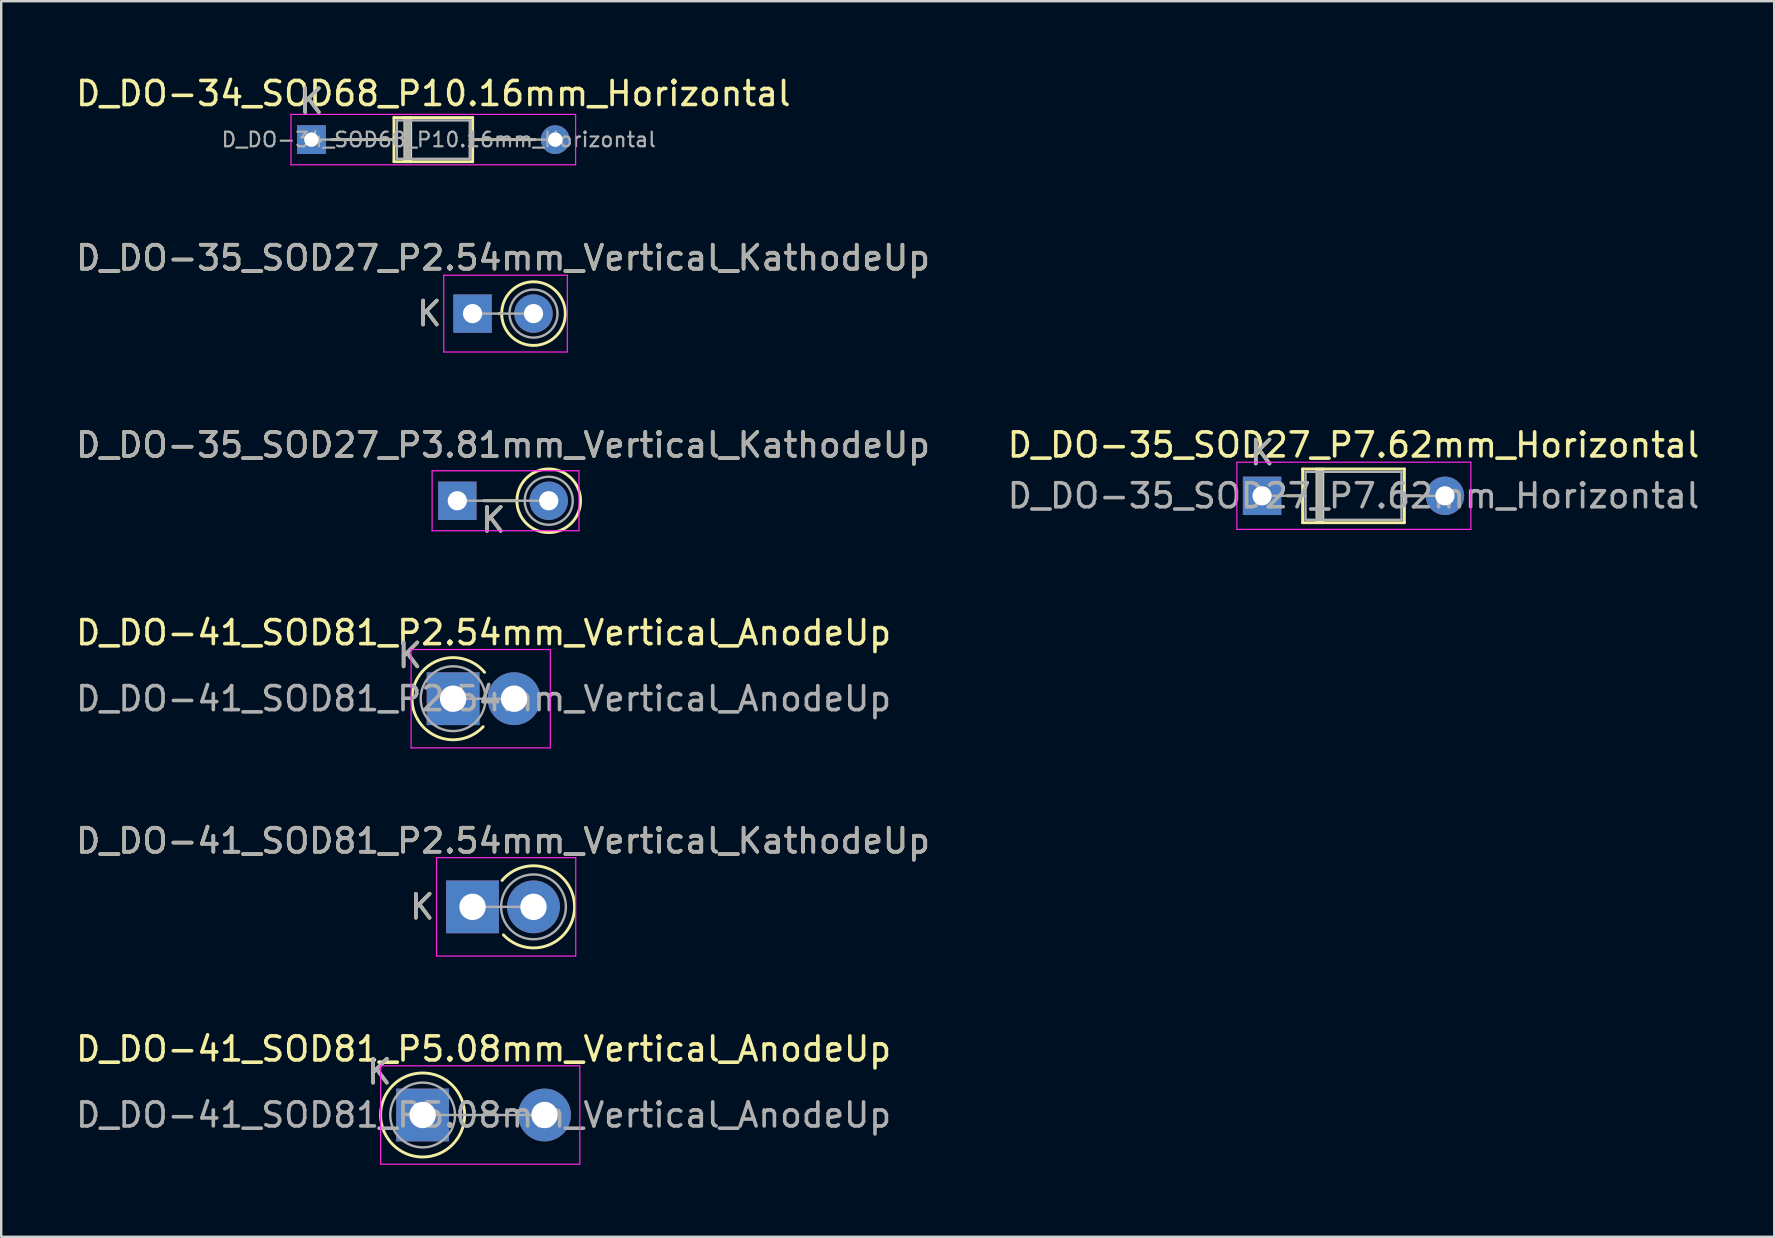
<source format=kicad_pcb>
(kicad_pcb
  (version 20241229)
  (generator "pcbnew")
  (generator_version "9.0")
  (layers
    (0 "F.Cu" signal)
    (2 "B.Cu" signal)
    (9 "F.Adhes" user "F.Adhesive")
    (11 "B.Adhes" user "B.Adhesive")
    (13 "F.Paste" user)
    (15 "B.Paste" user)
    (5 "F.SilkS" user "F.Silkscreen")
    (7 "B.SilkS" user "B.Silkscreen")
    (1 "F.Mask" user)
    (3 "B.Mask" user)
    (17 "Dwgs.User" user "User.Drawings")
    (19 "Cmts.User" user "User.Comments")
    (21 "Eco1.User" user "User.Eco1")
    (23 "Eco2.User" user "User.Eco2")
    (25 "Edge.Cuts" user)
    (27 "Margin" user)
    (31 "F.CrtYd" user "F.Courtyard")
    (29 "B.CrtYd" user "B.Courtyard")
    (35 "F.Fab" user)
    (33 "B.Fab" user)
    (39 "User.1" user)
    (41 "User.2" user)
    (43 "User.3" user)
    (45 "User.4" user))
  (footprint "D_DO-35_SOD27_P2.54mm_Vertical_KathodeUp"
    (layer "F.Cu")
    (at 16.641 10.018)
    (property "Reference" "D_DO-35_SOD27_P2.54mm_Vertical_KathodeUp" (at 1.27 -2.326 0) (layer "F.SilkS") (effects (font (size 1 1) (thickness 0.15))))
    (attr through_hole)
    (fp_line (start 1.214 0) (end 1.1 0) (stroke (width 0.12) (type solid)) (layer "F.SilkS"))
    (fp_circle (center 2.54 0) (end 3.866 0) (stroke (width 0.12) (type solid)) (fill no) (layer "F.SilkS"))
    (fp_line (start -1.2 -1.6) (end -1.2 1.6) (stroke (width 0.05) (type solid)) (layer "F.CrtYd"))
    (fp_line (start -1.2 1.6) (end 3.95 1.6) (stroke (width 0.05) (type solid)) (layer "F.CrtYd"))
    (fp_line (start 3.95 -1.6) (end -1.2 -1.6) (stroke (width 0.05) (type solid)) (layer "F.CrtYd"))
    (fp_line (start 3.95 1.6) (end 3.95 -1.6) (stroke (width 0.05) (type solid)) (layer "F.CrtYd"))
    (fp_line (start 0 0) (end 2.54 0) (stroke (width 0.1) (type solid)) (layer "F.Fab"))
    (fp_circle (center 2.54 0) (end 3.54 0) (stroke (width 0.1) (type solid)) (fill no) (layer "F.Fab"))
    (fp_text user "K" (at -1.8 0 0) (layer "F.SilkS") (effects (font (size 1 1) (thickness 0.15))))
    (fp_text user "${REFERENCE}" (at 1.27 -2.326 0) (layer "F.Fab") (effects (font (size 1 1) (thickness 0.15))))
    (fp_text user "K" (at -1.8 0 0) (layer "F.Fab") (effects (font (size 1 1) (thickness 0.15))))
    (pad "1" thru_hole rect (at 0 0) (size 1.6 1.6) (drill 0.8) (layers "*.Cu" "*.Mask"))
    (pad "2" thru_hole oval (at 2.54 0) (size 1.6 1.6) (drill 0.8) (layers "*.Cu" "*.Mask")))
  (footprint "D_DO-41_SOD81_P5.08mm_Vertical_AnodeUp"
    (layer "F.Cu")
    (at 14.561 43.412)
    (property "Reference" "D_DO-41_SOD81_P5.08mm_Vertical_AnodeUp" (at 2.54 -2.751 0) (layer "F.SilkS") (effects (font (size 1 1) (thickness 0.15))))
    (attr through_hole)
    (fp_circle (center 0 0) (end 1.751 0) (stroke (width 0.12) (type solid)) (fill no) (layer "F.SilkS"))
    (fp_line (start -1.75 -2.05) (end -1.75 2.05) (stroke (width 0.05) (type solid)) (layer "F.CrtYd"))
    (fp_line (start -1.75 2.05) (end 6.55 2.05) (stroke (width 0.05) (type solid)) (layer "F.CrtYd"))
    (fp_line (start 6.55 -2.05) (end -1.75 -2.05) (stroke (width 0.05) (type solid)) (layer "F.CrtYd"))
    (fp_line (start 6.55 2.05) (end 6.55 -2.05) (stroke (width 0.05) (type solid)) (layer "F.CrtYd"))
    (fp_line (start 0 0) (end 5.08 0) (stroke (width 0.1) (type solid)) (layer "F.Fab"))
    (fp_circle (center 0 0) (end 1.35 0) (stroke (width 0.1) (type solid)) (fill no) (layer "F.Fab"))
    (fp_text user "K" (at -1.801 -1.801 0) (layer "F.SilkS") (effects (font (size 1 1) (thickness 0.15))))
    (fp_text user "${REFERENCE}" (at 2.54 0 0) (layer "F.Fab") (effects (font (size 1 1) (thickness 0.15))))
    (fp_text user "K" (at -1.801 -1.801 0) (layer "F.Fab") (effects (font (size 1 1) (thickness 0.15))))
    (pad "1" thru_hole rect (at 0 0) (size 2.2 2.2) (drill 1.1) (layers "*.Cu" "*.Mask"))
    (pad "2" thru_hole oval (at 5.08 0) (size 2.2 2.2) (drill 1.1) (layers "*.Cu" "*.Mask")))
  (footprint "D_DO-35_SOD27_P3.81mm_Vertical_KathodeUp"
    (layer "F.Cu")
    (at 16.006 17.817)
    (property "Reference" "D_DO-35_SOD27_P3.81mm_Vertical_KathodeUp" (at 1.905 -2.326 0) (layer "F.SilkS") (effects (font (size 1 1) (thickness 0.15))))
    (attr through_hole)
    (fp_line (start 2.484 0) (end 1.1 0) (stroke (width 0.12) (type solid)) (layer "F.SilkS"))
    (fp_circle (center 3.81 0) (end 5.136 0) (stroke (width 0.12) (type solid)) (fill no) (layer "F.SilkS"))
    (fp_line (start -1.05 -1.25) (end -1.05 1.25) (stroke (width 0.05) (type solid)) (layer "F.CrtYd"))
    (fp_line (start -1.05 1.25) (end 5.07 1.25) (stroke (width 0.05) (type solid)) (layer "F.CrtYd"))
    (fp_line (start 5.07 -1.25) (end -1.05 -1.25) (stroke (width 0.05) (type solid)) (layer "F.CrtYd"))
    (fp_line (start 5.07 1.25) (end 5.07 -1.25) (stroke (width 0.05) (type solid)) (layer "F.CrtYd"))
    (fp_line (start 0 0) (end 3.81 0) (stroke (width 0.1) (type solid)) (layer "F.Fab"))
    (fp_circle (center 3.81 0) (end 4.81 0) (stroke (width 0.1) (type solid)) (fill no) (layer "F.Fab"))
    (fp_text user "K" (at 1.5 0.8 0) (layer "F.SilkS") (effects (font (size 1 1) (thickness 0.15))))
    (fp_text user "${REFERENCE}" (at 1.905 -2.326 0) (layer "F.Fab") (effects (font (size 1 1) (thickness 0.15))))
    (fp_text user "K" (at 1.5 0.8 0) (layer "F.Fab") (effects (font (size 1 1) (thickness 0.15))))
    (pad "1" thru_hole rect (at 0 0) (size 1.6 1.6) (drill 0.8) (layers "*.Cu" "*.Mask"))
    (pad "2" thru_hole oval (at 3.81 0) (size 1.6 1.6) (drill 0.8) (layers "*.Cu" "*.Mask")))
  (footprint "D_DO-34_SOD68_P10.16mm_Horizontal"
    (layer "F.Cu")
    (at 9.926 2.768)
    (property "Reference" "D_DO-34_SOD68_P10.16mm_Horizontal" (at 5.08 -1.92 0) (layer "F.SilkS") (effects (font (size 1 1) (thickness 0.15))))
    (attr through_hole)
    (fp_line (start 0.84 0) (end 3.44 0) (stroke (width 0.12) (type solid)) (layer "F.SilkS"))
    (fp_line (start 3.44 -0.92) (end 3.44 0.92) (stroke (width 0.12) (type solid)) (layer "F.SilkS"))
    (fp_line (start 3.44 0.92) (end 6.72 0.92) (stroke (width 0.12) (type solid)) (layer "F.SilkS"))
    (fp_line (start 3.896 -0.92) (end 3.896 0.92) (stroke (width 0.12) (type solid)) (layer "F.SilkS"))
    (fp_line (start 4.016 -0.92) (end 4.016 0.92) (stroke (width 0.12) (type solid)) (layer "F.SilkS"))
    (fp_line (start 4.136 -0.92) (end 4.136 0.92) (stroke (width 0.12) (type solid)) (layer "F.SilkS"))
    (fp_line (start 6.72 -0.92) (end 3.44 -0.92) (stroke (width 0.12) (type solid)) (layer "F.SilkS"))
    (fp_line (start 6.72 0.92) (end 6.72 -0.92) (stroke (width 0.12) (type solid)) (layer "F.SilkS"))
    (fp_line (start 9.32 0) (end 6.72 0) (stroke (width 0.12) (type solid)) (layer "F.SilkS"))
    (fp_line (start -0.85 -1.05) (end -0.85 1.05) (stroke (width 0.05) (type solid)) (layer "F.CrtYd"))
    (fp_line (start -0.85 1.05) (end 11.01 1.05) (stroke (width 0.05) (type solid)) (layer "F.CrtYd"))
    (fp_line (start 11.01 -1.05) (end -0.85 -1.05) (stroke (width 0.05) (type solid)) (layer "F.CrtYd"))
    (fp_line (start 11.01 1.05) (end 11.01 -1.05) (stroke (width 0.05) (type solid)) (layer "F.CrtYd"))
    (fp_line (start 0 0) (end 3.56 0) (stroke (width 0.1) (type solid)) (layer "F.Fab"))
    (fp_line (start 3.56 -0.8) (end 3.56 0.8) (stroke (width 0.1) (type solid)) (layer "F.Fab"))
    (fp_line (start 3.56 0.8) (end 6.6 0.8) (stroke (width 0.1) (type solid)) (layer "F.Fab"))
    (fp_line (start 3.916 -0.8) (end 3.916 0.8) (stroke (width 0.1) (type solid)) (layer "F.Fab"))
    (fp_line (start 4.016 -0.8) (end 4.016 0.8) (stroke (width 0.1) (type solid)) (layer "F.Fab"))
    (fp_line (start 4.116 -0.8) (end 4.116 0.8) (stroke (width 0.1) (type solid)) (layer "F.Fab"))
    (fp_line (start 6.6 -0.8) (end 3.56 -0.8) (stroke (width 0.1) (type solid)) (layer "F.Fab"))
    (fp_line (start 6.6 0.8) (end 6.6 -0.8) (stroke (width 0.1) (type solid)) (layer "F.Fab"))
    (fp_line (start 10.16 0) (end 6.6 0) (stroke (width 0.1) (type solid)) (layer "F.Fab"))
    (fp_text user "K" (at 0 -1.6 0) (layer "F.SilkS") (effects (font (size 1 1) (thickness 0.15))))
    (fp_text user "${REFERENCE}" (at 5.308 0 0) (layer "F.Fab") (effects (font (size 0.608 0.608) (thickness 0.091))))
    (fp_text user "K" (at 0 -1.6 0) (layer "F.Fab") (effects (font (size 1 1) (thickness 0.15))))
    (pad "1" thru_hole rect (at 0 0) (size 1.2 1.2) (drill 0.6) (layers "*.Cu" "*.Mask"))
    (pad "2" thru_hole oval (at 10.16 0) (size 1.2 1.2) (drill 0.6) (layers "*.Cu" "*.Mask")))
  (footprint "D_DO-41_SOD81_P2.54mm_Vertical_AnodeUp"
    (layer "F.Cu")
    (at 15.831 26.065)
    (property "Reference" "D_DO-41_SOD81_P2.54mm_Vertical_AnodeUp" (at 1.27 -2.751 0) (layer "F.SilkS") (effects (font (size 1 1) (thickness 0.15))))
    (attr through_hole)
    (fp_arc (start 1.251551 1.167366) (mid -1.710877 -0.044974) (end 1.311153 -1.1) (stroke (width 0.12) (type solid)) (layer "F.SilkS"))
    (fp_line (start -1.75 -2.05) (end -1.75 2.05) (stroke (width 0.05) (type solid)) (layer "F.CrtYd"))
    (fp_line (start -1.75 2.05) (end 4.05 2.05) (stroke (width 0.05) (type solid)) (layer "F.CrtYd"))
    (fp_line (start 4.05 -2.05) (end -1.75 -2.05) (stroke (width 0.05) (type solid)) (layer "F.CrtYd"))
    (fp_line (start 4.05 2.05) (end 4.05 -2.05) (stroke (width 0.05) (type solid)) (layer "F.CrtYd"))
    (fp_line (start 0 0) (end 2.54 0) (stroke (width 0.1) (type solid)) (layer "F.Fab"))
    (fp_circle (center 0 0) (end 1.35 0) (stroke (width 0.1) (type solid)) (fill no) (layer "F.Fab"))
    (fp_text user "K" (at -1.801 -1.801 0) (layer "F.SilkS") (effects (font (size 1 1) (thickness 0.15))))
    (fp_text user "${REFERENCE}" (at 1.27 0 0) (layer "F.Fab") (effects (font (size 1 1) (thickness 0.15))))
    (fp_text user "K" (at -1.801 -1.801 0) (layer "F.Fab") (effects (font (size 1 1) (thickness 0.15))))
    (pad "1" thru_hole rect (at 0 0) (size 2.2 2.2) (drill 1.1) (layers "*.Cu" "*.Mask"))
    (pad "2" thru_hole oval (at 2.54 0) (size 2.2 2.2) (drill 1.1) (layers "*.Cu" "*.Mask")))
  (footprint "D_DO-35_SOD27_P7.62mm_Horizontal"
    (layer "F.Cu")
    (at 49.541 17.611)
    (property "Reference" "D_DO-35_SOD27_P7.62mm_Horizontal" (at 3.81 -2.12 0) (layer "F.SilkS") (effects (font (size 1 1) (thickness 0.15))))
    (attr through_hole)
    (fp_line (start 1.04 0) (end 1.69 0) (stroke (width 0.12) (type solid)) (layer "F.SilkS"))
    (fp_line (start 1.69 -1.12) (end 1.69 1.12) (stroke (width 0.12) (type solid)) (layer "F.SilkS"))
    (fp_line (start 1.69 1.12) (end 5.93 1.12) (stroke (width 0.12) (type solid)) (layer "F.SilkS"))
    (fp_line (start 2.29 -1.12) (end 2.29 1.12) (stroke (width 0.12) (type solid)) (layer "F.SilkS"))
    (fp_line (start 2.41 -1.12) (end 2.41 1.12) (stroke (width 0.12) (type solid)) (layer "F.SilkS"))
    (fp_line (start 2.53 -1.12) (end 2.53 1.12) (stroke (width 0.12) (type solid)) (layer "F.SilkS"))
    (fp_line (start 5.93 -1.12) (end 1.69 -1.12) (stroke (width 0.12) (type solid)) (layer "F.SilkS"))
    (fp_line (start 5.93 1.12) (end 5.93 -1.12) (stroke (width 0.12) (type solid)) (layer "F.SilkS"))
    (fp_line (start 6.58 0) (end 5.93 0) (stroke (width 0.12) (type solid)) (layer "F.SilkS"))
    (fp_line (start -1.05 -1.4) (end -1.05 1.4) (stroke (width 0.05) (type solid)) (layer "F.CrtYd"))
    (fp_line (start -1.05 1.4) (end 8.7 1.4) (stroke (width 0.05) (type solid)) (layer "F.CrtYd"))
    (fp_line (start 8.7 -1.4) (end -1.05 -1.4) (stroke (width 0.05) (type solid)) (layer "F.CrtYd"))
    (fp_line (start 8.7 1.4) (end 8.7 -1.4) (stroke (width 0.05) (type solid)) (layer "F.CrtYd"))
    (fp_line (start 0 0) (end 1.81 0) (stroke (width 0.1) (type solid)) (layer "F.Fab"))
    (fp_line (start 1.81 -1) (end 1.81 1) (stroke (width 0.1) (type solid)) (layer "F.Fab"))
    (fp_line (start 1.81 1) (end 5.81 1) (stroke (width 0.1) (type solid)) (layer "F.Fab"))
    (fp_line (start 2.31 -1) (end 2.31 1) (stroke (width 0.1) (type solid)) (layer "F.Fab"))
    (fp_line (start 2.41 -1) (end 2.41 1) (stroke (width 0.1) (type solid)) (layer "F.Fab"))
    (fp_line (start 2.51 -1) (end 2.51 1) (stroke (width 0.1) (type solid)) (layer "F.Fab"))
    (fp_line (start 5.81 -1) (end 1.81 -1) (stroke (width 0.1) (type solid)) (layer "F.Fab"))
    (fp_line (start 5.81 1) (end 5.81 -1) (stroke (width 0.1) (type solid)) (layer "F.Fab"))
    (fp_line (start 7.62 0) (end 5.81 0) (stroke (width 0.1) (type solid)) (layer "F.Fab"))
    (fp_text user "K" (at 0 -1.8 0) (layer "F.SilkS") (effects (font (size 1 1) (thickness 0.15))))
    (fp_text user "${REFERENCE}" (at 3.81 0 0) (layer "F.Fab") (effects (font (size 1 1) (thickness 0.15))))
    (fp_text user "K" (at 0 -1.8 0) (layer "F.Fab") (effects (font (size 1 1) (thickness 0.15))))
    (pad "1" thru_hole rect (at 0 0) (size 1.6 1.6) (drill 0.8) (layers "*.Cu" "*.Mask"))
    (pad "2" thru_hole oval (at 7.62 0) (size 1.6 1.6) (drill 0.8) (layers "*.Cu" "*.Mask")))
  (footprint "D_DO-41_SOD81_P2.54mm_Vertical_KathodeUp"
    (layer "F.Cu")
    (at 16.641 34.739)
    (property "Reference" "D_DO-41_SOD81_P2.54mm_Vertical_KathodeUp" (at 1.27 -2.751 0) (layer "F.SilkS") (effects (font (size 1 1) (thickness 0.15))))
    (attr through_hole)
    (fp_arc (start 1.228847 -1.1) (mid 4.250877 -0.044974) (end 1.288449 1.167366) (stroke (width 0.12) (type solid)) (layer "F.SilkS"))
    (fp_line (start -1.5 -2.05) (end -1.5 2.05) (stroke (width 0.05) (type solid)) (layer "F.CrtYd"))
    (fp_line (start -1.5 2.05) (end 4.3 2.05) (stroke (width 0.05) (type solid)) (layer "F.CrtYd"))
    (fp_line (start 4.3 -2.05) (end -1.5 -2.05) (stroke (width 0.05) (type solid)) (layer "F.CrtYd"))
    (fp_line (start 4.3 2.05) (end 4.3 -2.05) (stroke (width 0.05) (type solid)) (layer "F.CrtYd"))
    (fp_line (start 0 0) (end 2.54 0) (stroke (width 0.1) (type solid)) (layer "F.Fab"))
    (fp_circle (center 2.54 0) (end 3.89 0) (stroke (width 0.1) (type solid)) (fill no) (layer "F.Fab"))
    (fp_text user "K" (at -2.1 0 0) (layer "F.SilkS") (effects (font (size 1 1) (thickness 0.15))))
    (fp_text user "K" (at -2.1 0 0) (layer "F.Fab") (effects (font (size 1 1) (thickness 0.15))))
    (fp_text user "${REFERENCE}" (at 1.27 -2.751 0) (layer "F.Fab") (effects (font (size 1 1) (thickness 0.15))))
    (pad "1" thru_hole rect (at 0 0) (size 2.2 2.2) (drill 1.1) (layers "*.Cu" "*.Mask"))
    (pad "2" thru_hole oval (at 2.54 0) (size 2.2 2.2) (drill 1.1) (layers "*.Cu" "*.Mask")))
  (gr_rect
    (start -3 -3)
    (end 70.881 48.487)
    (stroke (width 0.1) (type default))
    (fill no)
    (layer "Edge.Cuts")))
</source>
